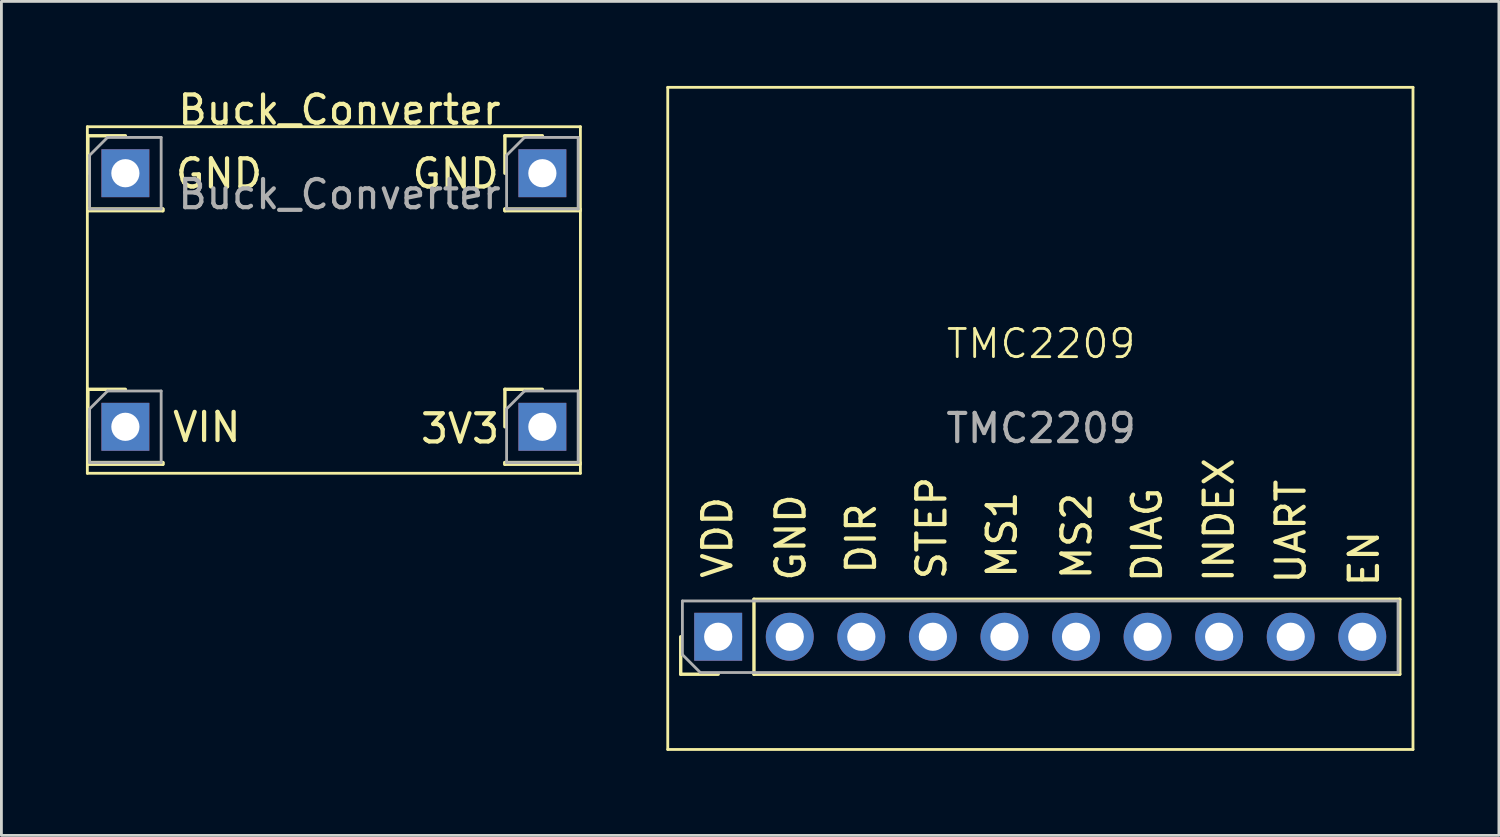
<source format=kicad_pcb>
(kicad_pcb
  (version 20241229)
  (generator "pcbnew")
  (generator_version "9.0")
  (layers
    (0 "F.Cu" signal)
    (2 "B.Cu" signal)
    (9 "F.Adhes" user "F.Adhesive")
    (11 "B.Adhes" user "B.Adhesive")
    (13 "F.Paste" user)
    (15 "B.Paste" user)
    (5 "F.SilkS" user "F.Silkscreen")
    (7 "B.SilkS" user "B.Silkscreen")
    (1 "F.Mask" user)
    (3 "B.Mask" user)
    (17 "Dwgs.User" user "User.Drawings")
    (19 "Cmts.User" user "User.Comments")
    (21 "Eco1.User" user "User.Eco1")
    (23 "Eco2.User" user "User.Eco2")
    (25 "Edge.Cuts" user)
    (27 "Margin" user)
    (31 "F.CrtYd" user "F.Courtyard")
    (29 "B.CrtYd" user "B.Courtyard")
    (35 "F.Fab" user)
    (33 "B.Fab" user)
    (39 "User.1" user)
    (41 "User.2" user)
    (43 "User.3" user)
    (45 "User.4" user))
  (footprint "Buck_Converter"
    (layer "F.Cu")
    (at 9 1.348)
    (property "Reference" "Buck_Converter" (at 0 -0.5 0) (unlocked yes) (layer "F.SilkS") (effects (font (size 1 1) (thickness 0.15))))
    (attr smd)
    (fp_line (start -8.95 0.1) (end 8.55 0.1) (stroke (width 0.1) (type default)) (layer "F.SilkS"))
    (fp_line (start -8.95 12.4) (end -8.95 0.1) (stroke (width 0.1) (type default)) (layer "F.SilkS"))
    (fp_line (start -8.93 0.42) (end -7.6 0.42) (stroke (width 0.12) (type solid)) (layer "F.SilkS"))
    (fp_line (start -8.93 1.75) (end -8.93 0.42) (stroke (width 0.12) (type solid)) (layer "F.SilkS"))
    (fp_line (start -8.93 3.02) (end -8.93 3.08) (stroke (width 0.12) (type solid)) (layer "F.SilkS"))
    (fp_line (start -8.93 3.02) (end -6.27 3.02) (stroke (width 0.12) (type solid)) (layer "F.SilkS"))
    (fp_line (start -8.93 3.08) (end -6.27 3.08) (stroke (width 0.12) (type solid)) (layer "F.SilkS"))
    (fp_line (start -8.93 9.42) (end -7.6 9.42) (stroke (width 0.12) (type solid)) (layer "F.SilkS"))
    (fp_line (start -8.93 10.75) (end -8.93 9.42) (stroke (width 0.12) (type solid)) (layer "F.SilkS"))
    (fp_line (start -8.93 12.02) (end -8.93 12.08) (stroke (width 0.12) (type solid)) (layer "F.SilkS"))
    (fp_line (start -8.93 12.02) (end -6.27 12.02) (stroke (width 0.12) (type solid)) (layer "F.SilkS"))
    (fp_line (start -8.93 12.08) (end -6.27 12.08) (stroke (width 0.12) (type solid)) (layer "F.SilkS"))
    (fp_line (start -6.27 3.02) (end -6.27 3.08) (stroke (width 0.12) (type solid)) (layer "F.SilkS"))
    (fp_line (start -6.27 12.02) (end -6.27 12.08) (stroke (width 0.12) (type solid)) (layer "F.SilkS"))
    (fp_line (start 5.87 0.42) (end 7.2 0.42) (stroke (width 0.12) (type solid)) (layer "F.SilkS"))
    (fp_line (start 5.87 1.75) (end 5.87 0.42) (stroke (width 0.12) (type solid)) (layer "F.SilkS"))
    (fp_line (start 5.87 3.02) (end 5.87 3.08) (stroke (width 0.12) (type solid)) (layer "F.SilkS"))
    (fp_line (start 5.87 3.02) (end 8.53 3.02) (stroke (width 0.12) (type solid)) (layer "F.SilkS"))
    (fp_line (start 5.87 3.08) (end 8.53 3.08) (stroke (width 0.12) (type solid)) (layer "F.SilkS"))
    (fp_line (start 5.87 9.42) (end 7.2 9.42) (stroke (width 0.12) (type solid)) (layer "F.SilkS"))
    (fp_line (start 5.87 10.75) (end 5.87 9.42) (stroke (width 0.12) (type solid)) (layer "F.SilkS"))
    (fp_line (start 5.87 12.02) (end 5.87 12.08) (stroke (width 0.12) (type solid)) (layer "F.SilkS"))
    (fp_line (start 5.87 12.02) (end 8.53 12.02) (stroke (width 0.12) (type solid)) (layer "F.SilkS"))
    (fp_line (start 5.87 12.08) (end 8.53 12.08) (stroke (width 0.12) (type solid)) (layer "F.SilkS"))
    (fp_line (start 8.53 3.02) (end 8.53 3.08) (stroke (width 0.12) (type solid)) (layer "F.SilkS"))
    (fp_line (start 8.53 12.02) (end 8.53 12.08) (stroke (width 0.12) (type solid)) (layer "F.SilkS"))
    (fp_line (start 8.55 0.1) (end 8.55 12.4) (stroke (width 0.1) (type default)) (layer "F.SilkS"))
    (fp_line (start 8.55 12.4) (end -8.95 12.4) (stroke (width 0.1) (type default)) (layer "F.SilkS"))
    (fp_line (start -8.87 1.115) (end -8.235 0.48) (stroke (width 0.1) (type solid)) (layer "F.Fab"))
    (fp_line (start -8.87 3.02) (end -8.87 1.115) (stroke (width 0.1) (type solid)) (layer "F.Fab"))
    (fp_line (start -8.87 10.115) (end -8.235 9.48) (stroke (width 0.1) (type solid)) (layer "F.Fab"))
    (fp_line (start -8.87 12.02) (end -8.87 10.115) (stroke (width 0.1) (type solid)) (layer "F.Fab"))
    (fp_line (start -8.235 0.48) (end -6.33 0.48) (stroke (width 0.1) (type solid)) (layer "F.Fab"))
    (fp_line (start -8.235 9.48) (end -6.33 9.48) (stroke (width 0.1) (type solid)) (layer "F.Fab"))
    (fp_line (start -6.33 0.48) (end -6.33 3.02) (stroke (width 0.1) (type solid)) (layer "F.Fab"))
    (fp_line (start -6.33 3.02) (end -8.87 3.02) (stroke (width 0.1) (type solid)) (layer "F.Fab"))
    (fp_line (start -6.33 9.48) (end -6.33 12.02) (stroke (width 0.1) (type solid)) (layer "F.Fab"))
    (fp_line (start -6.33 12.02) (end -8.87 12.02) (stroke (width 0.1) (type solid)) (layer "F.Fab"))
    (fp_line (start 5.93 1.115) (end 6.565 0.48) (stroke (width 0.1) (type solid)) (layer "F.Fab"))
    (fp_line (start 5.93 3.02) (end 5.93 1.115) (stroke (width 0.1) (type solid)) (layer "F.Fab"))
    (fp_line (start 5.93 10.115) (end 6.565 9.48) (stroke (width 0.1) (type solid)) (layer "F.Fab"))
    (fp_line (start 5.93 12.02) (end 5.93 10.115) (stroke (width 0.1) (type solid)) (layer "F.Fab"))
    (fp_line (start 6.565 0.48) (end 8.47 0.48) (stroke (width 0.1) (type solid)) (layer "F.Fab"))
    (fp_line (start 6.565 9.48) (end 8.47 9.48) (stroke (width 0.1) (type solid)) (layer "F.Fab"))
    (fp_line (start 8.47 0.48) (end 8.47 3.02) (stroke (width 0.1) (type solid)) (layer "F.Fab"))
    (fp_line (start 8.47 3.02) (end 5.93 3.02) (stroke (width 0.1) (type solid)) (layer "F.Fab"))
    (fp_line (start 8.47 9.48) (end 8.47 12.02) (stroke (width 0.1) (type solid)) (layer "F.Fab"))
    (fp_line (start 8.47 12.02) (end 5.93 12.02) (stroke (width 0.1) (type solid)) (layer "F.Fab"))
    (fp_text user "GND" (at 2.5 2.35 0) (unlocked yes) (layer "F.SilkS") (effects (font (size 1 1) (thickness 0.15)) (justify left bottom)))
    (fp_text user "VIN" (at -6 11.35 0) (unlocked yes) (layer "F.SilkS") (effects (font (size 1 1) (thickness 0.15)) (justify left bottom)))
    (fp_text user "GND" (at -5.9 2.35 0) (unlocked yes) (layer "F.SilkS") (effects (font (size 1 1) (thickness 0.15)) (justify left bottom)))
    (fp_text user "3V3" (at 2.8 11.4 0) (unlocked yes) (layer "F.SilkS") (effects (font (size 1 1) (thickness 0.15)) (justify left bottom)))
    (fp_text user "${REFERENCE}" (at 0 2.5 0) (unlocked yes) (layer "F.Fab") (effects (font (size 1 1) (thickness 0.15))))
    (pad "1" thru_hole rect (at -7.6 1.75) (size 1.7 1.7) (drill 1) (layers "*.Cu" "*.Mask"))
    (pad "2" thru_hole rect (at -7.6 10.75) (size 1.7 1.7) (drill 1) (layers "*.Cu" "*.Mask"))
    (pad "3" thru_hole rect (at 7.2 10.75) (size 1.7 1.7) (drill 1) (layers "*.Cu" "*.Mask"))
    (pad "4" thru_hole rect (at 7.2 1.75) (size 1.7 1.7) (drill 1) (layers "*.Cu" "*.Mask"))
    (zone (net_name "") (layer "F.SilkS") (hatch edge 0.5) (connect_pads) (min_thickness 0.25) (filled_areas_thickness no) (keepout (tracks allowed) (vias allowed) (pads not_allowed) (copperpour allowed) (footprints not_allowed)) (placement (enabled no)) (fill) (polygon (pts (xy 0.05 1.448) (xy 17.55 1.448) (xy 17.55 13.748) (xy 0.05 13.748)))))
  (footprint "TMC2209"
    (layer "F.Cu")
    (at 33.82 12.05)
    (property "Reference" "TMC2209" (at 0.08 -2.9 0) (unlocked yes) (layer "F.SilkS") (effects (font (size 1 1) (thickness 0.1))))
    (attr smd)
    (fp_line (start -13.17 -12) (end 13.28 -12) (stroke (width 0.1) (type default)) (layer "F.SilkS"))
    (fp_line (start -13.17 11.5) (end -13.17 -12) (stroke (width 0.1) (type default)) (layer "F.SilkS"))
    (fp_line (start -12.71 8.83) (end -12.71 7.5) (stroke (width 0.12) (type solid)) (layer "F.SilkS"))
    (fp_line (start -11.38 8.83) (end -12.71 8.83) (stroke (width 0.12) (type solid)) (layer "F.SilkS"))
    (fp_line (start -10.11 6.17) (end 12.81 6.17) (stroke (width 0.12) (type solid)) (layer "F.SilkS"))
    (fp_line (start -10.11 8.83) (end -10.11 6.17) (stroke (width 0.12) (type solid)) (layer "F.SilkS"))
    (fp_line (start -10.11 8.83) (end 12.81 8.83) (stroke (width 0.12) (type solid)) (layer "F.SilkS"))
    (fp_line (start 12.81 8.83) (end 12.81 6.17) (stroke (width 0.12) (type solid)) (layer "F.SilkS"))
    (fp_line (start 13.28 -12) (end 13.28 11.5) (stroke (width 0.1) (type default)) (layer "F.SilkS"))
    (fp_line (start 13.28 11.5) (end -13.17 11.5) (stroke (width 0.1) (type default)) (layer "F.SilkS"))
    (fp_line (start -12.65 6.23) (end 12.75 6.23) (stroke (width 0.1) (type solid)) (layer "F.Fab"))
    (fp_line (start -12.65 8.135) (end -12.65 6.23) (stroke (width 0.1) (type solid)) (layer "F.Fab"))
    (fp_line (start -12.015 8.77) (end -12.65 8.135) (stroke (width 0.1) (type solid)) (layer "F.Fab"))
    (fp_line (start 12.75 6.23) (end 12.75 8.77) (stroke (width 0.1) (type solid)) (layer "F.Fab"))
    (fp_line (start 12.75 8.77) (end -12.015 8.77) (stroke (width 0.1) (type solid)) (layer "F.Fab"))
    (fp_text user "GND" (at -8.22 5.6 90) (unlocked yes) (layer "F.SilkS") (effects (font (size 1 1) (thickness 0.15)) (justify left bottom)))
    (fp_text user "INDEX" (at 6.98 5.65 90) (unlocked yes) (layer "F.SilkS") (effects (font (size 1 1) (thickness 0.15)) (justify left bottom)))
    (fp_text user "STEP" (at -3.22 5.55 90) (unlocked yes) (layer "F.SilkS") (effects (font (size 1 1) (thickness 0.15)) (justify left bottom)))
    (fp_text user "VDD" (at -10.82 5.5 90) (unlocked yes) (layer "F.SilkS") (effects (font (size 1 1) (thickness 0.15)) (justify left bottom)))
    (fp_text user "DIAG" (at 4.43 5.65 90) (unlocked yes) (layer "F.SilkS") (effects (font (size 1 1) (thickness 0.15)) (justify left bottom)))
    (fp_text user "DIR" (at -5.72 5.35 90) (unlocked yes) (layer "F.SilkS") (effects (font (size 1 1) (thickness 0.15)) (justify left bottom)))
    (fp_text user "UART" (at 9.53 5.7 90) (unlocked yes) (layer "F.SilkS") (effects (font (size 1 1) (thickness 0.15)) (justify left bottom)))
    (fp_text user "MS2" (at 1.93 5.55 90) (unlocked yes) (layer "F.SilkS") (effects (font (size 1 1) (thickness 0.15)) (justify left bottom)))
    (fp_text user "EN" (at 12.13 5.8 90) (unlocked yes) (layer "F.SilkS") (effects (font (size 1 1) (thickness 0.15)) (justify left bottom)))
    (fp_text user "MS1" (at -0.72 5.5 90) (unlocked yes) (layer "F.SilkS") (effects (font (size 1 1) (thickness 0.15)) (justify left bottom)))
    (fp_text user "${REFERENCE}" (at 0.08 0.1 0) (unlocked yes) (layer "F.Fab") (effects (font (size 1 1) (thickness 0.15))))
    (pad "1" thru_hole rect (at -11.38 7.5 90) (size 1.7 1.7) (drill 1) (layers "*.Cu" "*.Mask"))
    (pad "2" thru_hole oval (at -8.84 7.5 90) (size 1.7 1.7) (drill 1) (layers "*.Cu" "*.Mask"))
    (pad "3" thru_hole oval (at -6.3 7.5 90) (size 1.7 1.7) (drill 1) (layers "*.Cu" "*.Mask"))
    (pad "4" thru_hole oval (at -3.76 7.5 90) (size 1.7 1.7) (drill 1) (layers "*.Cu" "*.Mask"))
    (pad "5" thru_hole oval (at -1.22 7.5 90) (size 1.7 1.7) (drill 1) (layers "*.Cu" "*.Mask"))
    (pad "6" thru_hole oval (at 1.32 7.5 90) (size 1.7 1.7) (drill 1) (layers "*.Cu" "*.Mask"))
    (pad "7" thru_hole oval (at 3.86 7.5 90) (size 1.7 1.7) (drill 1) (layers "*.Cu" "*.Mask"))
    (pad "8" thru_hole oval (at 6.4 7.5 90) (size 1.7 1.7) (drill 1) (layers "*.Cu" "*.Mask"))
    (pad "9" thru_hole oval (at 8.94 7.5 90) (size 1.7 1.7) (drill 1) (layers "*.Cu" "*.Mask"))
    (pad "10" thru_hole oval (at 11.48 7.5 90) (size 1.7 1.7) (drill 1) (layers "*.Cu" "*.Mask"))
    (zone (net_name "") (layer "F.SilkS") (hatch edge 0.5) (connect_pads) (min_thickness 0.25) (filled_areas_thickness no) (keepout (tracks allowed) (vias allowed) (pads not_allowed) (copperpour allowed) (footprints not_allowed)) (placement (enabled no)) (fill) (polygon (pts (xy 20.65 0.05) (xy 47.1 0.05) (xy 47.1 23.55) (xy 20.65 23.55)))))
  (gr_rect
    (start -3 -3)
    (end 50.15 26.6)
    (stroke (width 0.1) (type default))
    (fill no)
    (layer "Edge.Cuts")))
</source>
